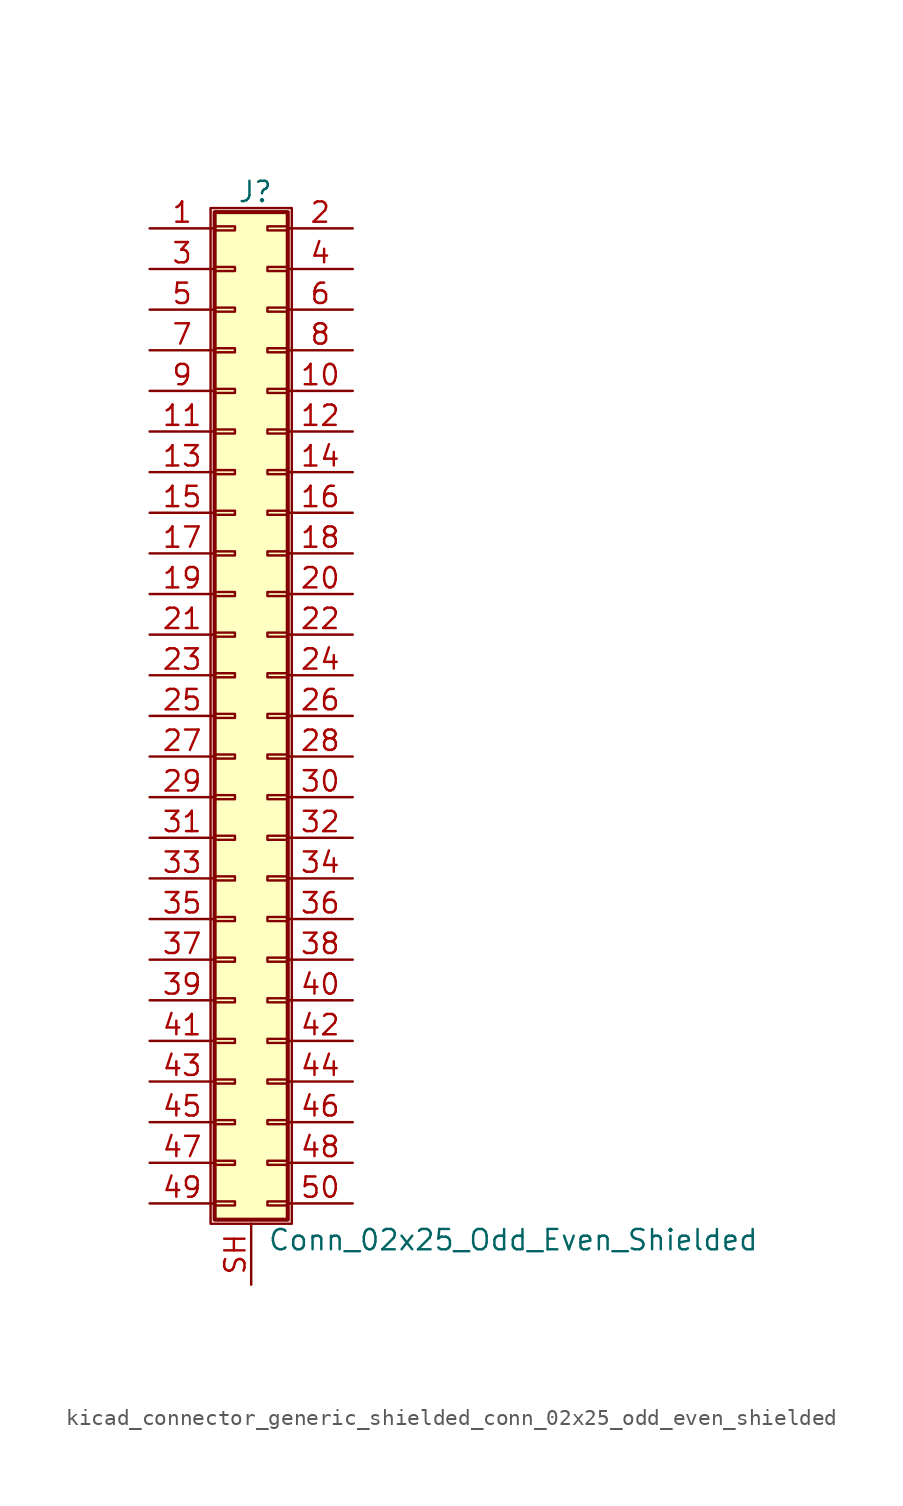
<source format=kicad_sym>
(kicad_symbol_lib
  (version 20220914)
  (generator kicad_symbol_editor)
  (symbol "kicad_connector_generic_shielded_conn_02x25_odd_even_shielded"
    (pin_names
      (offset 1.016) hide)
    (property "Reference" "J"
      (at 1.524 32.766 0)
      (effects (font (size 1.27 1.27))))
    (property "Value" "Conn_02x25_Odd_Even_Shielded"
      (at 2.286 -32.766 0)
      (effects (font (size 1.27 1.27)) (justify left)))
    (symbol "kicad_connector_generic_shielded_conn_02x25_odd_even_shielded_1_1"
      (rectangle (start -1.27 31.75) (end 3.81 -31.75) (stroke (width 0.152) (type default)) (fill (type none)))
      (rectangle (start -1.016 -30.353) (end 0.254 -30.607) (stroke (width 0.152) (type default)) (fill (type none)))
      (rectangle (start -1.016 -27.813) (end 0.254 -28.067) (stroke (width 0.152) (type default)) (fill (type none)))
      (rectangle (start -1.016 -25.273) (end 0.254 -25.527) (stroke (width 0.152) (type default)) (fill (type none)))
      (rectangle (start -1.016 -22.733) (end 0.254 -22.987) (stroke (width 0.152) (type default)) (fill (type none)))
      (rectangle (start -1.016 -20.193) (end 0.254 -20.447) (stroke (width 0.152) (type default)) (fill (type none)))
      (rectangle (start -1.016 -17.653) (end 0.254 -17.907) (stroke (width 0.152) (type default)) (fill (type none)))
      (rectangle (start -1.016 -15.113) (end 0.254 -15.367) (stroke (width 0.152) (type default)) (fill (type none)))
      (rectangle (start -1.016 -12.573) (end 0.254 -12.827) (stroke (width 0.152) (type default)) (fill (type none)))
      (rectangle (start -1.016 -10.033) (end 0.254 -10.287) (stroke (width 0.152) (type default)) (fill (type none)))
      (rectangle (start -1.016 -7.493) (end 0.254 -7.747) (stroke (width 0.152) (type default)) (fill (type none)))
      (rectangle (start -1.016 -4.953) (end 0.254 -5.207) (stroke (width 0.152) (type default)) (fill (type none)))
      (rectangle (start -1.016 -2.413) (end 0.254 -2.667) (stroke (width 0.152) (type default)) (fill (type none)))
      (rectangle (start -1.016 0.127) (end 0.254 -0.127) (stroke (width 0.152) (type default)) (fill (type none)))
      (rectangle (start -1.016 2.667) (end 0.254 2.413) (stroke (width 0.152) (type default)) (fill (type none)))
      (rectangle (start -1.016 5.207) (end 0.254 4.953) (stroke (width 0.152) (type default)) (fill (type none)))
      (rectangle (start -1.016 7.747) (end 0.254 7.493) (stroke (width 0.152) (type default)) (fill (type none)))
      (rectangle (start -1.016 10.287) (end 0.254 10.033) (stroke (width 0.152) (type default)) (fill (type none)))
      (rectangle (start -1.016 12.827) (end 0.254 12.573) (stroke (width 0.152) (type default)) (fill (type none)))
      (rectangle (start -1.016 15.367) (end 0.254 15.113) (stroke (width 0.152) (type default)) (fill (type none)))
      (rectangle (start -1.016 17.907) (end 0.254 17.653) (stroke (width 0.152) (type default)) (fill (type none)))
      (rectangle (start -1.016 20.447) (end 0.254 20.193) (stroke (width 0.152) (type default)) (fill (type none)))
      (rectangle (start -1.016 22.987) (end 0.254 22.733) (stroke (width 0.152) (type default)) (fill (type none)))
      (rectangle (start -1.016 25.527) (end 0.254 25.273) (stroke (width 0.152) (type default)) (fill (type none)))
      (rectangle (start -1.016 28.067) (end 0.254 27.813) (stroke (width 0.152) (type default)) (fill (type none)))
      (rectangle (start -1.016 30.607) (end 0.254 30.353) (stroke (width 0.152) (type default)) (fill (type none)))
      (rectangle (start -1.016 31.496) (end 3.556 -31.496) (stroke (width 0.254) (type default)) (fill (type background)))
      (rectangle (start 3.556 -30.353) (end 2.286 -30.607) (stroke (width 0.152) (type default)) (fill (type none)))
      (rectangle (start 3.556 -27.813) (end 2.286 -28.067) (stroke (width 0.152) (type default)) (fill (type none)))
      (rectangle (start 3.556 -25.273) (end 2.286 -25.527) (stroke (width 0.152) (type default)) (fill (type none)))
      (rectangle (start 3.556 -22.733) (end 2.286 -22.987) (stroke (width 0.152) (type default)) (fill (type none)))
      (rectangle (start 3.556 -20.193) (end 2.286 -20.447) (stroke (width 0.152) (type default)) (fill (type none)))
      (rectangle (start 3.556 -17.653) (end 2.286 -17.907) (stroke (width 0.152) (type default)) (fill (type none)))
      (rectangle (start 3.556 -15.113) (end 2.286 -15.367) (stroke (width 0.152) (type default)) (fill (type none)))
      (rectangle (start 3.556 -12.573) (end 2.286 -12.827) (stroke (width 0.152) (type default)) (fill (type none)))
      (rectangle (start 3.556 -10.033) (end 2.286 -10.287) (stroke (width 0.152) (type default)) (fill (type none)))
      (rectangle (start 3.556 -7.493) (end 2.286 -7.747) (stroke (width 0.152) (type default)) (fill (type none)))
      (rectangle (start 3.556 -4.953) (end 2.286 -5.207) (stroke (width 0.152) (type default)) (fill (type none)))
      (rectangle (start 3.556 -2.413) (end 2.286 -2.667) (stroke (width 0.152) (type default)) (fill (type none)))
      (rectangle (start 3.556 0.127) (end 2.286 -0.127) (stroke (width 0.152) (type default)) (fill (type none)))
      (rectangle (start 3.556 2.667) (end 2.286 2.413) (stroke (width 0.152) (type default)) (fill (type none)))
      (rectangle (start 3.556 5.207) (end 2.286 4.953) (stroke (width 0.152) (type default)) (fill (type none)))
      (rectangle (start 3.556 7.747) (end 2.286 7.493) (stroke (width 0.152) (type default)) (fill (type none)))
      (rectangle (start 3.556 10.287) (end 2.286 10.033) (stroke (width 0.152) (type default)) (fill (type none)))
      (rectangle (start 3.556 12.827) (end 2.286 12.573) (stroke (width 0.152) (type default)) (fill (type none)))
      (rectangle (start 3.556 15.367) (end 2.286 15.113) (stroke (width 0.152) (type default)) (fill (type none)))
      (rectangle (start 3.556 17.907) (end 2.286 17.653) (stroke (width 0.152) (type default)) (fill (type none)))
      (rectangle (start 3.556 20.447) (end 2.286 20.193) (stroke (width 0.152) (type default)) (fill (type none)))
      (rectangle (start 3.556 22.987) (end 2.286 22.733) (stroke (width 0.152) (type default)) (fill (type none)))
      (rectangle (start 3.556 25.527) (end 2.286 25.273) (stroke (width 0.152) (type default)) (fill (type none)))
      (rectangle (start 3.556 28.067) (end 2.286 27.813) (stroke (width 0.152) (type default)) (fill (type none)))
      (rectangle (start 3.556 30.607) (end 2.286 30.353) (stroke (width 0.152) (type default)) (fill (type none)))
      (pin passive line (at -5.08 30.48 0) (length 4.064) (name "Pin_1" (effects (font (size 1.27 1.27)))) (number "1" (effects (font (size 1.27 1.27)))))
      (pin passive line (at 7.62 20.32 180) (length 4.064) (name "Pin_10" (effects (font (size 1.27 1.27)))) (number "10" (effects (font (size 1.27 1.27)))))
      (pin passive line (at -5.08 17.78 0) (length 4.064) (name "Pin_11" (effects (font (size 1.27 1.27)))) (number "11" (effects (font (size 1.27 1.27)))))
      (pin passive line (at 7.62 17.78 180) (length 4.064) (name "Pin_12" (effects (font (size 1.27 1.27)))) (number "12" (effects (font (size 1.27 1.27)))))
      (pin passive line (at -5.08 15.24 0) (length 4.064) (name "Pin_13" (effects (font (size 1.27 1.27)))) (number "13" (effects (font (size 1.27 1.27)))))
      (pin passive line (at 7.62 15.24 180) (length 4.064) (name "Pin_14" (effects (font (size 1.27 1.27)))) (number "14" (effects (font (size 1.27 1.27)))))
      (pin passive line (at -5.08 12.7 0) (length 4.064) (name "Pin_15" (effects (font (size 1.27 1.27)))) (number "15" (effects (font (size 1.27 1.27)))))
      (pin passive line (at 7.62 12.7 180) (length 4.064) (name "Pin_16" (effects (font (size 1.27 1.27)))) (number "16" (effects (font (size 1.27 1.27)))))
      (pin passive line (at -5.08 10.16 0) (length 4.064) (name "Pin_17" (effects (font (size 1.27 1.27)))) (number "17" (effects (font (size 1.27 1.27)))))
      (pin passive line (at 7.62 10.16 180) (length 4.064) (name "Pin_18" (effects (font (size 1.27 1.27)))) (number "18" (effects (font (size 1.27 1.27)))))
      (pin passive line (at -5.08 7.62 0) (length 4.064) (name "Pin_19" (effects (font (size 1.27 1.27)))) (number "19" (effects (font (size 1.27 1.27)))))
      (pin passive line (at 7.62 30.48 180) (length 4.064) (name "Pin_2" (effects (font (size 1.27 1.27)))) (number "2" (effects (font (size 1.27 1.27)))))
      (pin passive line (at 7.62 7.62 180) (length 4.064) (name "Pin_20" (effects (font (size 1.27 1.27)))) (number "20" (effects (font (size 1.27 1.27)))))
      (pin passive line (at -5.08 5.08 0) (length 4.064) (name "Pin_21" (effects (font (size 1.27 1.27)))) (number "21" (effects (font (size 1.27 1.27)))))
      (pin passive line (at 7.62 5.08 180) (length 4.064) (name "Pin_22" (effects (font (size 1.27 1.27)))) (number "22" (effects (font (size 1.27 1.27)))))
      (pin passive line (at -5.08 2.54 0) (length 4.064) (name "Pin_23" (effects (font (size 1.27 1.27)))) (number "23" (effects (font (size 1.27 1.27)))))
      (pin passive line (at 7.62 2.54 180) (length 4.064) (name "Pin_24" (effects (font (size 1.27 1.27)))) (number "24" (effects (font (size 1.27 1.27)))))
      (pin passive line (at -5.08 0 0) (length 4.064) (name "Pin_25" (effects (font (size 1.27 1.27)))) (number "25" (effects (font (size 1.27 1.27)))))
      (pin passive line (at 7.62 0 180) (length 4.064) (name "Pin_26" (effects (font (size 1.27 1.27)))) (number "26" (effects (font (size 1.27 1.27)))))
      (pin passive line (at -5.08 -2.54 0) (length 4.064) (name "Pin_27" (effects (font (size 1.27 1.27)))) (number "27" (effects (font (size 1.27 1.27)))))
      (pin passive line (at 7.62 -2.54 180) (length 4.064) (name "Pin_28" (effects (font (size 1.27 1.27)))) (number "28" (effects (font (size 1.27 1.27)))))
      (pin passive line (at -5.08 -5.08 0) (length 4.064) (name "Pin_29" (effects (font (size 1.27 1.27)))) (number "29" (effects (font (size 1.27 1.27)))))
      (pin passive line (at -5.08 27.94 0) (length 4.064) (name "Pin_3" (effects (font (size 1.27 1.27)))) (number "3" (effects (font (size 1.27 1.27)))))
      (pin passive line (at 7.62 -5.08 180) (length 4.064) (name "Pin_30" (effects (font (size 1.27 1.27)))) (number "30" (effects (font (size 1.27 1.27)))))
      (pin passive line (at -5.08 -7.62 0) (length 4.064) (name "Pin_31" (effects (font (size 1.27 1.27)))) (number "31" (effects (font (size 1.27 1.27)))))
      (pin passive line (at 7.62 -7.62 180) (length 4.064) (name "Pin_32" (effects (font (size 1.27 1.27)))) (number "32" (effects (font (size 1.27 1.27)))))
      (pin passive line (at -5.08 -10.16 0) (length 4.064) (name "Pin_33" (effects (font (size 1.27 1.27)))) (number "33" (effects (font (size 1.27 1.27)))))
      (pin passive line (at 7.62 -10.16 180) (length 4.064) (name "Pin_34" (effects (font (size 1.27 1.27)))) (number "34" (effects (font (size 1.27 1.27)))))
      (pin passive line (at -5.08 -12.7 0) (length 4.064) (name "Pin_35" (effects (font (size 1.27 1.27)))) (number "35" (effects (font (size 1.27 1.27)))))
      (pin passive line (at 7.62 -12.7 180) (length 4.064) (name "Pin_36" (effects (font (size 1.27 1.27)))) (number "36" (effects (font (size 1.27 1.27)))))
      (pin passive line (at -5.08 -15.24 0) (length 4.064) (name "Pin_37" (effects (font (size 1.27 1.27)))) (number "37" (effects (font (size 1.27 1.27)))))
      (pin passive line (at 7.62 -15.24 180) (length 4.064) (name "Pin_38" (effects (font (size 1.27 1.27)))) (number "38" (effects (font (size 1.27 1.27)))))
      (pin passive line (at -5.08 -17.78 0) (length 4.064) (name "Pin_39" (effects (font (size 1.27 1.27)))) (number "39" (effects (font (size 1.27 1.27)))))
      (pin passive line (at 7.62 27.94 180) (length 4.064) (name "Pin_4" (effects (font (size 1.27 1.27)))) (number "4" (effects (font (size 1.27 1.27)))))
      (pin passive line (at 7.62 -17.78 180) (length 4.064) (name "Pin_40" (effects (font (size 1.27 1.27)))) (number "40" (effects (font (size 1.27 1.27)))))
      (pin passive line (at -5.08 -20.32 0) (length 4.064) (name "Pin_41" (effects (font (size 1.27 1.27)))) (number "41" (effects (font (size 1.27 1.27)))))
      (pin passive line (at 7.62 -20.32 180) (length 4.064) (name "Pin_42" (effects (font (size 1.27 1.27)))) (number "42" (effects (font (size 1.27 1.27)))))
      (pin passive line (at -5.08 -22.86 0) (length 4.064) (name "Pin_43" (effects (font (size 1.27 1.27)))) (number "43" (effects (font (size 1.27 1.27)))))
      (pin passive line (at 7.62 -22.86 180) (length 4.064) (name "Pin_44" (effects (font (size 1.27 1.27)))) (number "44" (effects (font (size 1.27 1.27)))))
      (pin passive line (at -5.08 -25.4 0) (length 4.064) (name "Pin_45" (effects (font (size 1.27 1.27)))) (number "45" (effects (font (size 1.27 1.27)))))
      (pin passive line (at 7.62 -25.4 180) (length 4.064) (name "Pin_46" (effects (font (size 1.27 1.27)))) (number "46" (effects (font (size 1.27 1.27)))))
      (pin passive line (at -5.08 -27.94 0) (length 4.064) (name "Pin_47" (effects (font (size 1.27 1.27)))) (number "47" (effects (font (size 1.27 1.27)))))
      (pin passive line (at 7.62 -27.94 180) (length 4.064) (name "Pin_48" (effects (font (size 1.27 1.27)))) (number "48" (effects (font (size 1.27 1.27)))))
      (pin passive line (at -5.08 -30.48 0) (length 4.064) (name "Pin_49" (effects (font (size 1.27 1.27)))) (number "49" (effects (font (size 1.27 1.27)))))
      (pin passive line (at -5.08 25.4 0) (length 4.064) (name "Pin_5" (effects (font (size 1.27 1.27)))) (number "5" (effects (font (size 1.27 1.27)))))
      (pin passive line (at 7.62 -30.48 180) (length 4.064) (name "Pin_50" (effects (font (size 1.27 1.27)))) (number "50" (effects (font (size 1.27 1.27)))))
      (pin passive line (at 7.62 25.4 180) (length 4.064) (name "Pin_6" (effects (font (size 1.27 1.27)))) (number "6" (effects (font (size 1.27 1.27)))))
      (pin passive line (at -5.08 22.86 0) (length 4.064) (name "Pin_7" (effects (font (size 1.27 1.27)))) (number "7" (effects (font (size 1.27 1.27)))))
      (pin passive line (at 7.62 22.86 180) (length 4.064) (name "Pin_8" (effects (font (size 1.27 1.27)))) (number "8" (effects (font (size 1.27 1.27)))))
      (pin passive line (at -5.08 20.32 0) (length 4.064) (name "Pin_9" (effects (font (size 1.27 1.27)))) (number "9" (effects (font (size 1.27 1.27)))))
      (pin passive line (at 1.27 -35.56 90) (length 3.81) (name "Shield" (effects (font (size 1.27 1.27)))) (number "SH" (effects (font (size 1.27 1.27))))))))
</source>
